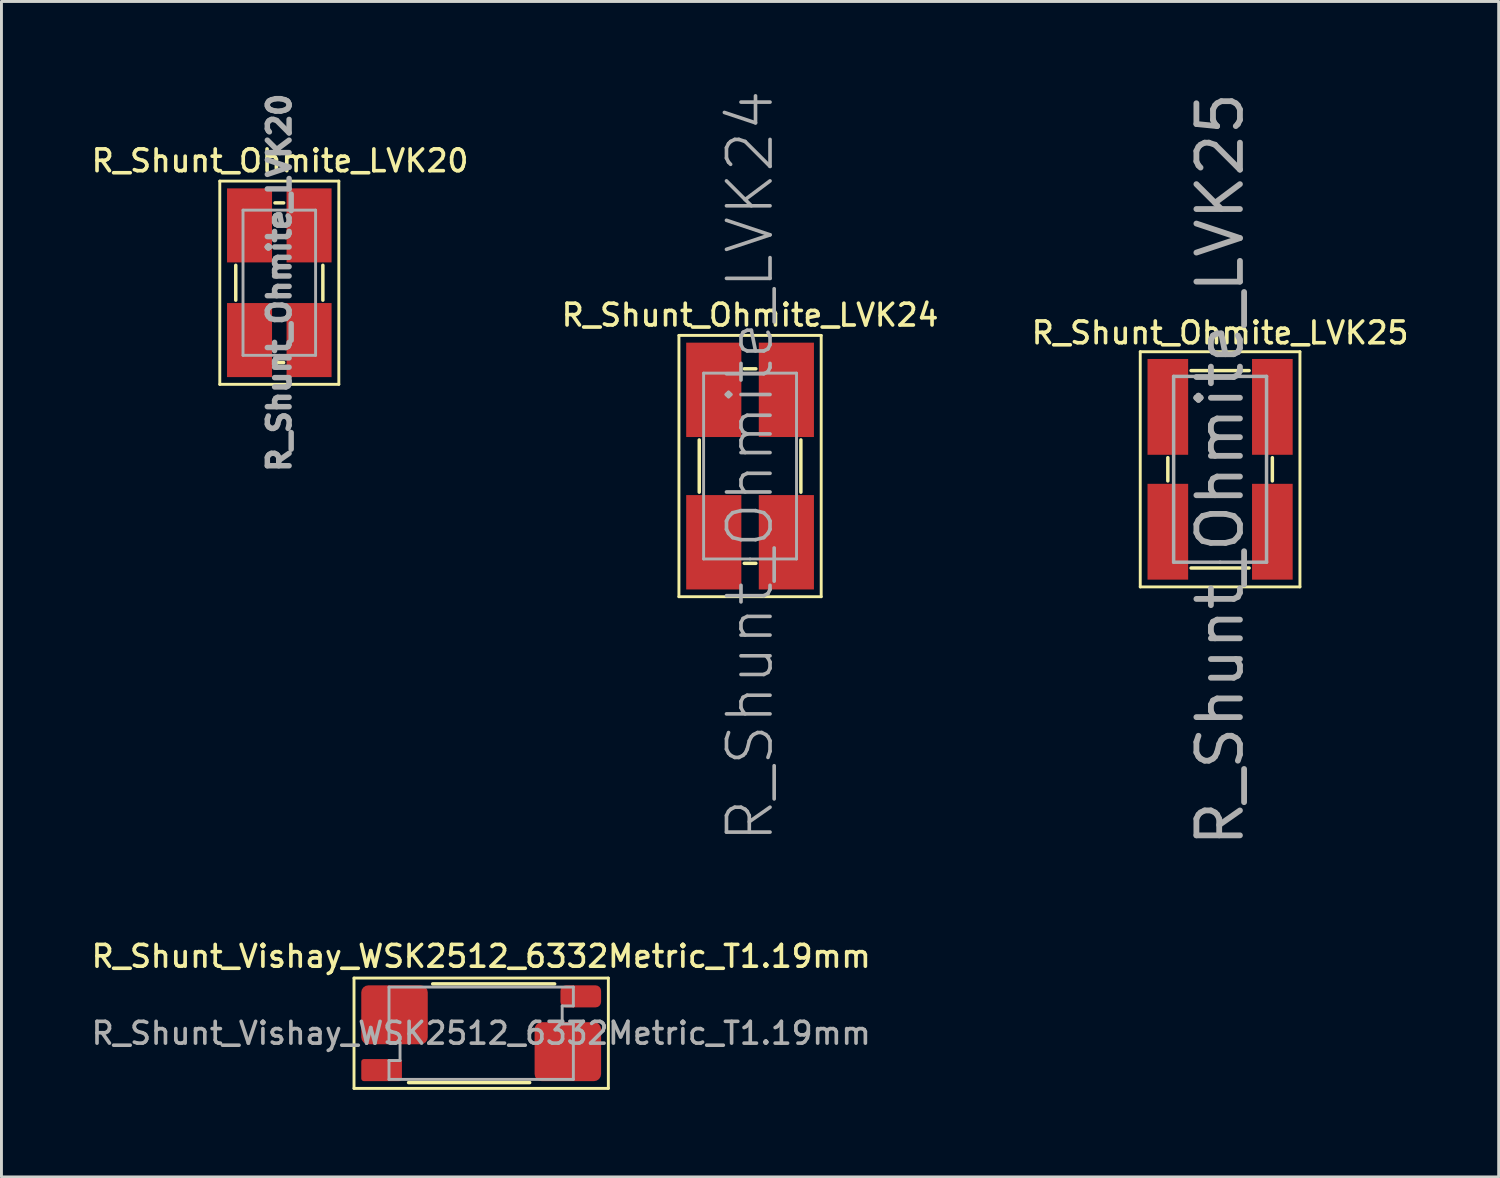
<source format=kicad_pcb>
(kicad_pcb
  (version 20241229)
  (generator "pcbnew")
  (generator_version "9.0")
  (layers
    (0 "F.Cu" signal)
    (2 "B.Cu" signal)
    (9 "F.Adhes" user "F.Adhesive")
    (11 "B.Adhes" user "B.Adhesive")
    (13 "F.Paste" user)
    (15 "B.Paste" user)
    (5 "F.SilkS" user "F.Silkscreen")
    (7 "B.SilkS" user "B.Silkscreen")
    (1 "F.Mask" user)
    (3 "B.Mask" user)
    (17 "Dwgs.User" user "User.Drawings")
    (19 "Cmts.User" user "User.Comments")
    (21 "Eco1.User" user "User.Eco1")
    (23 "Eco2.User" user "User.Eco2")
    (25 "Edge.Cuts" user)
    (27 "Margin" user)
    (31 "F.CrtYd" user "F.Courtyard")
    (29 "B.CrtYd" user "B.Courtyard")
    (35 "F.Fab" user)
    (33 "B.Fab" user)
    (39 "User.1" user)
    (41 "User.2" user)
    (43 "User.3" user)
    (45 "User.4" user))
  (footprint "R_Shunt_Vishay_WSK2512_6332Metric_T1.19mm"
    (layer "F.Cu")
    (at 13.523 32.537)
    (property "Reference" "R_Shunt_Vishay_WSK2512_6332Metric_T1.19mm" (at 0 -2.65 0) (layer "F.SilkS") (effects (font (size 0.75 0.75) (thickness 0.125))))
    (attr smd)
    (fp_line (start -4.38 -1.9) (end 4.38 -1.9) (stroke (width 0.1) (type solid)) (layer "F.SilkS"))
    (fp_line (start -4.38 1.9) (end -4.38 -1.9) (stroke (width 0.1) (type solid)) (layer "F.SilkS"))
    (fp_line (start -2.5 1.7) (end 1.67 1.7) (stroke (width 0.12) (type solid)) (layer "F.SilkS"))
    (fp_line (start -1.67 -1.7) (end 2.53 -1.7) (stroke (width 0.12) (type solid)) (layer "F.SilkS"))
    (fp_line (start 4.38 -1.9) (end 4.38 1.9) (stroke (width 0.1) (type solid)) (layer "F.SilkS"))
    (fp_line (start 4.38 1.9) (end -4.38 1.9) (stroke (width 0.1) (type solid)) (layer "F.SilkS"))
    (fp_line (start -3.175 -1.59) (end 3.175 -1.59) (stroke (width 0.1) (type solid)) (layer "F.Fab"))
    (fp_line (start -3.175 0.32) (end -3.175 -1.59) (stroke (width 0.1) (type solid)) (layer "F.Fab"))
    (fp_line (start -3.175 0.32) (end -2.795 0.32) (stroke (width 0.1) (type solid)) (layer "F.Fab"))
    (fp_line (start -3.175 0.94) (end -3.175 1.59) (stroke (width 0.1) (type solid)) (layer "F.Fab"))
    (fp_line (start -3.175 0.94) (end -2.795 0.94) (stroke (width 0.1) (type solid)) (layer "F.Fab"))
    (fp_line (start -2.795 0.94) (end -2.795 0.32) (stroke (width 0.1) (type solid)) (layer "F.Fab"))
    (fp_line (start 2.79 -0.94) (end 3.17 -0.94) (stroke (width 0.1) (type solid)) (layer "F.Fab"))
    (fp_line (start 2.79 -0.32) (end 2.79 -0.94) (stroke (width 0.1) (type solid)) (layer "F.Fab"))
    (fp_line (start 2.79 -0.32) (end 3.17 -0.32) (stroke (width 0.1) (type solid)) (layer "F.Fab"))
    (fp_line (start 3.175 -0.94) (end 3.175 -1.59) (stroke (width 0.1) (type solid)) (layer "F.Fab"))
    (fp_line (start 3.175 -0.32) (end 3.175 1.59) (stroke (width 0.1) (type solid)) (layer "F.Fab"))
    (fp_line (start 3.175 1.59) (end -3.175 1.59) (stroke (width 0.1) (type solid)) (layer "F.Fab"))
    (fp_text user "${REFERENCE}" (at 0 0 0) (layer "F.Fab") (effects (font (size 0.75 0.75) (thickness 0.125))))
    (pad "1" smd roundrect (at -2.985 -0.635) (size 2.29 2.03) (layers "F.Cu" "F.Mask" "F.Paste") (roundrect_rratio 0.12))
    (pad "2" smd roundrect (at -3.43 1.27) (size 1.4 0.76) (layers "F.Cu" "F.Mask" "F.Paste") (roundrect_rratio 0.12))
    (pad "3" smd roundrect (at 3.43 -1.27) (size 1.4 0.76) (layers "F.Cu" "F.Mask" "F.Paste") (roundrect_rratio 0.25))
    (pad "4" smd roundrect (at 2.985 0.635) (size 2.29 2.03) (layers "F.Cu" "F.Mask" "F.Paste") (roundrect_rratio 0.12)))
  (footprint "R_Shunt_Ohmite_LVK20"
    (layer "F.Cu")
    (at 6.57 6.688)
    (property "Reference" "R_Shunt_Ohmite_LVK20" (at 0.025 -4.2 0) (layer "F.SilkS") (effects (font (size 0.75 0.75) (thickness 0.125))))
    (attr smd)
    (fp_line (start -2.05 -3.5) (end 2.05 -3.5) (stroke (width 0.1) (type solid)) (layer "F.SilkS"))
    (fp_line (start -2.05 3.5) (end -2.05 -3.5) (stroke (width 0.1) (type solid)) (layer "F.SilkS"))
    (fp_line (start -1.5 0.6) (end -1.5 -0.6) (stroke (width 0.12) (type solid)) (layer "F.SilkS"))
    (fp_line (start 0.15 -2.75) (end -0.15 -2.75) (stroke (width 0.12) (type solid)) (layer "F.SilkS"))
    (fp_line (start 0.15 2.75) (end -0.15 2.75) (stroke (width 0.12) (type solid)) (layer "F.SilkS"))
    (fp_line (start 1.5 -0.6) (end 1.5 0.6) (stroke (width 0.12) (type solid)) (layer "F.SilkS"))
    (fp_line (start 2.05 -3.5) (end 2.05 3.5) (stroke (width 0.1) (type solid)) (layer "F.SilkS"))
    (fp_line (start 2.05 3.5) (end -2.05 3.5) (stroke (width 0.1) (type solid)) (layer "F.SilkS"))
    (fp_line (start -1.25 -2.5) (end 1.25 -2.5) (stroke (width 0.1) (type solid)) (layer "F.Fab"))
    (fp_line (start -1.25 2.5) (end -1.25 -2.5) (stroke (width 0.1) (type solid)) (layer "F.Fab"))
    (fp_line (start 0 2.5) (end -1.25 2.5) (stroke (width 0.1) (type solid)) (layer "F.Fab"))
    (fp_line (start 1.25 -2.5) (end 1.25 2.5) (stroke (width 0.1) (type solid)) (layer "F.Fab"))
    (fp_line (start 1.25 2.5) (end 0 2.5) (stroke (width 0.1) (type solid)) (layer "F.Fab"))
    (fp_text user "${REFERENCE}" (at 0 0 90) (layer "F.Fab") (effects (font (size 0.75 0.75) (thickness 0.2))))
    (pad "1" smd rect (at -1.025 -1.975) (size 1.55 2.55) (layers "F.Cu" "F.Mask" "F.Paste"))
    (pad "2" smd rect (at 1.025 -1.975) (size 1.55 2.55) (layers "F.Cu" "F.Mask" "F.Paste"))
    (pad "3" smd rect (at 1.025 1.975) (size 1.55 2.55) (layers "F.Cu" "F.Mask" "F.Paste"))
    (pad "4" smd rect (at -1.025 1.975) (size 1.55 2.55) (layers "F.Cu" "F.Mask" "F.Paste")))
  (footprint "R_Shunt_Ohmite_LVK24"
    (layer "F.Cu")
    (at 22.784 13.002)
    (property "Reference" "R_Shunt_Ohmite_LVK24" (at 0 -5.2 0) (layer "F.SilkS") (effects (font (size 0.75 0.75) (thickness 0.125))))
    (attr smd)
    (fp_line (start -2.45 -4.5) (end 2.45 -4.5) (stroke (width 0.1) (type solid)) (layer "F.SilkS"))
    (fp_line (start -2.45 4.5) (end -2.45 -4.5) (stroke (width 0.1) (type solid)) (layer "F.SilkS"))
    (fp_line (start -1.75 0.9) (end -1.75 -0.9) (stroke (width 0.12) (type solid)) (layer "F.SilkS"))
    (fp_line (start 0.2 -3.35) (end -0.2 -3.35) (stroke (width 0.12) (type solid)) (layer "F.SilkS"))
    (fp_line (start 0.2 3.35) (end -0.2 3.35) (stroke (width 0.12) (type solid)) (layer "F.SilkS"))
    (fp_line (start 1.75 -0.9) (end 1.75 0.9) (stroke (width 0.12) (type solid)) (layer "F.SilkS"))
    (fp_line (start 2.45 -4.5) (end 2.45 4.5) (stroke (width 0.1) (type solid)) (layer "F.SilkS"))
    (fp_line (start 2.45 4.5) (end -2.45 4.5) (stroke (width 0.1) (type solid)) (layer "F.SilkS"))
    (fp_line (start -1.6 -3.2) (end 1.6 -3.2) (stroke (width 0.1) (type solid)) (layer "F.Fab"))
    (fp_line (start -1.6 3.2) (end -1.6 -3.2) (stroke (width 0.1) (type solid)) (layer "F.Fab"))
    (fp_line (start 0 3.2) (end -1.6 3.2) (stroke (width 0.1) (type solid)) (layer "F.Fab"))
    (fp_line (start 1.6 -3.2) (end 1.6 3.2) (stroke (width 0.1) (type solid)) (layer "F.Fab"))
    (fp_line (start 1.6 3.2) (end 0 3.2) (stroke (width 0.1) (type solid)) (layer "F.Fab"))
    (fp_text user "${REFERENCE}" (at 0 0 90) (layer "F.Fab") (effects (font (size 1.5 1.5) (thickness 0.125))))
    (pad "1" smd rect (at -1.25 -2.625) (size 1.9 3.25) (layers "F.Cu" "F.Mask" "F.Paste"))
    (pad "2" smd rect (at 1.25 -2.625) (size 1.9 3.25) (layers "F.Cu" "F.Mask" "F.Paste"))
    (pad "3" smd rect (at 1.25 2.625) (size 1.9 3.25) (layers "F.Cu" "F.Mask" "F.Paste"))
    (pad "4" smd rect (at -1.25 2.625) (size 1.9 3.25) (layers "F.Cu" "F.Mask" "F.Paste")))
  (footprint "R_Shunt_Ohmite_LVK25"
    (layer "F.Cu")
    (at 38.973 13.114)
    (property "Reference" "R_Shunt_Ohmite_LVK25" (at 0 -4.7 0) (layer "F.SilkS") (effects (font (size 0.75 0.75) (thickness 0.125))))
    (attr smd)
    (fp_line (start -2.75 -4.05) (end 2.75 -4.05) (stroke (width 0.1) (type solid)) (layer "F.SilkS"))
    (fp_line (start -2.75 4.05) (end -2.75 -4.05) (stroke (width 0.1) (type solid)) (layer "F.SilkS"))
    (fp_line (start -1.8 0.4) (end -1.8 -0.4) (stroke (width 0.12) (type solid)) (layer "F.SilkS"))
    (fp_line (start 1 -3.4) (end -1 -3.4) (stroke (width 0.12) (type solid)) (layer "F.SilkS"))
    (fp_line (start 1 3.4) (end -1 3.4) (stroke (width 0.12) (type solid)) (layer "F.SilkS"))
    (fp_line (start 1.8 -0.4) (end 1.8 0.4) (stroke (width 0.12) (type solid)) (layer "F.SilkS"))
    (fp_line (start 2.75 -4.05) (end 2.75 4.05) (stroke (width 0.1) (type solid)) (layer "F.SilkS"))
    (fp_line (start 2.75 4.05) (end -2.75 4.05) (stroke (width 0.1) (type solid)) (layer "F.SilkS"))
    (fp_line (start -1.6 -3.2) (end 1.6 -3.2) (stroke (width 0.12) (type solid)) (layer "F.Fab"))
    (fp_line (start -1.6 3.2) (end -1.6 -3.2) (stroke (width 0.12) (type solid)) (layer "F.Fab"))
    (fp_line (start 0 3.2) (end -1.6 3.2) (stroke (width 0.12) (type solid)) (layer "F.Fab"))
    (fp_line (start 1.6 -3.2) (end 1.6 3.2) (stroke (width 0.12) (type solid)) (layer "F.Fab"))
    (fp_line (start 1.6 3.2) (end 0 3.2) (stroke (width 0.12) (type solid)) (layer "F.Fab"))
    (fp_text user "${REFERENCE}" (at 0 0 90) (layer "F.Fab") (effects (font (size 1.5 1.5) (thickness 0.2))))
    (pad "1" smd rect (at -1.8 -2.15) (size 1.4 3.3) (layers "F.Cu" "F.Mask" "F.Paste"))
    (pad "2" smd rect (at -1.8 2.15) (size 1.4 3.3) (layers "F.Cu" "F.Mask" "F.Paste"))
    (pad "3" smd rect (at 1.8 -2.15) (size 1.4 3.3) (layers "F.Cu" "F.Mask" "F.Paste"))
    (pad "4" smd rect (at 1.8 2.15) (size 1.4 3.3) (layers "F.Cu" "F.Mask" "F.Paste")))
  (gr_rect
    (start -3 -3)
    (end 48.568 37.487)
    (stroke (width 0.1) (type default))
    (fill no)
    (layer "Edge.Cuts")))
</source>
